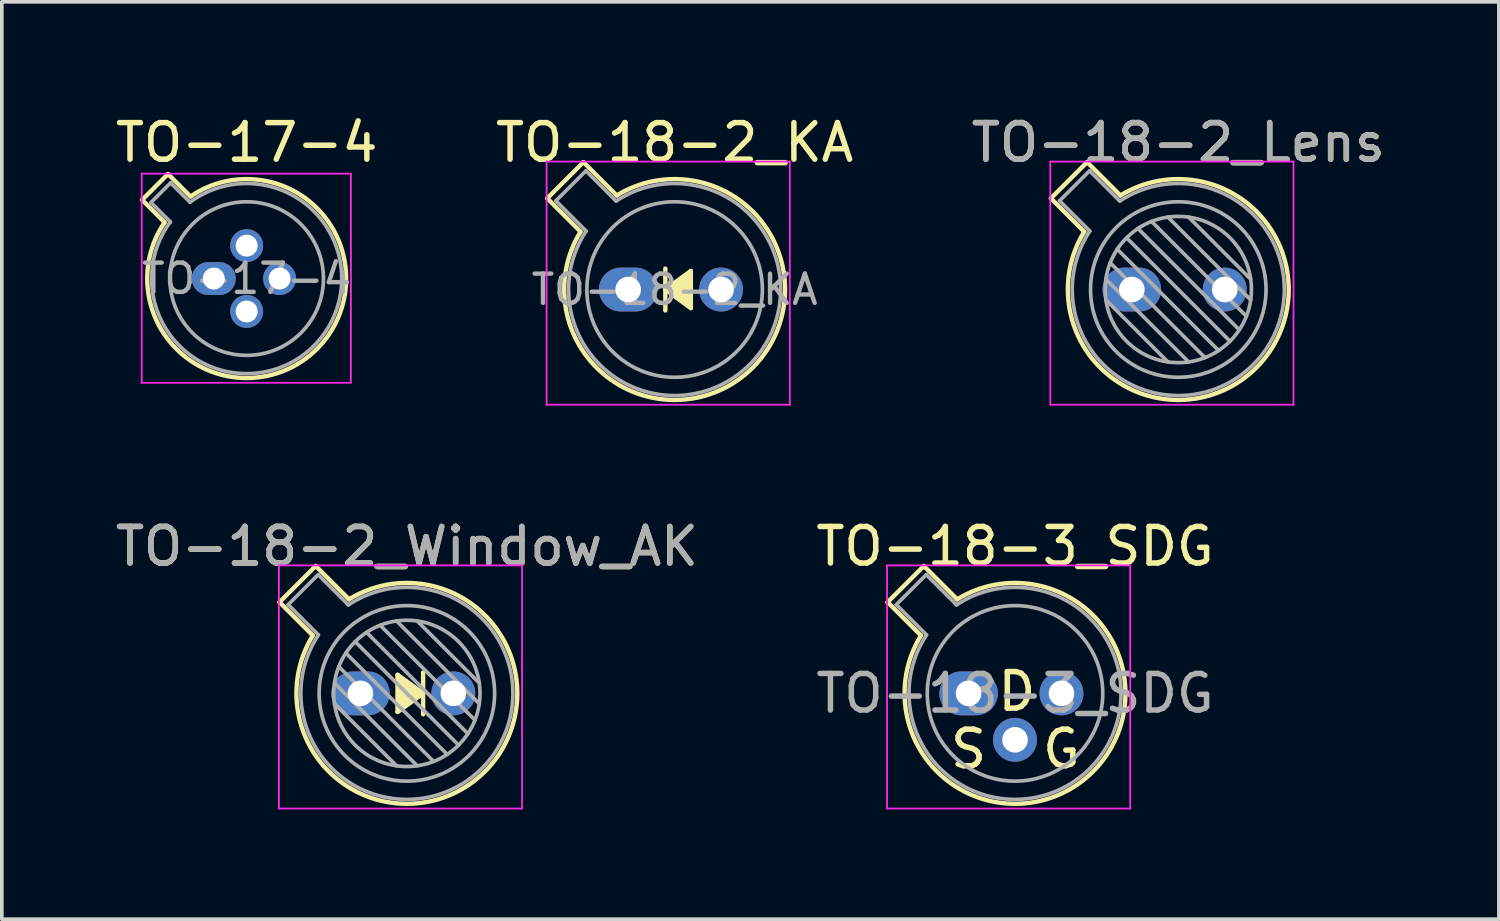
<source format=kicad_pcb>
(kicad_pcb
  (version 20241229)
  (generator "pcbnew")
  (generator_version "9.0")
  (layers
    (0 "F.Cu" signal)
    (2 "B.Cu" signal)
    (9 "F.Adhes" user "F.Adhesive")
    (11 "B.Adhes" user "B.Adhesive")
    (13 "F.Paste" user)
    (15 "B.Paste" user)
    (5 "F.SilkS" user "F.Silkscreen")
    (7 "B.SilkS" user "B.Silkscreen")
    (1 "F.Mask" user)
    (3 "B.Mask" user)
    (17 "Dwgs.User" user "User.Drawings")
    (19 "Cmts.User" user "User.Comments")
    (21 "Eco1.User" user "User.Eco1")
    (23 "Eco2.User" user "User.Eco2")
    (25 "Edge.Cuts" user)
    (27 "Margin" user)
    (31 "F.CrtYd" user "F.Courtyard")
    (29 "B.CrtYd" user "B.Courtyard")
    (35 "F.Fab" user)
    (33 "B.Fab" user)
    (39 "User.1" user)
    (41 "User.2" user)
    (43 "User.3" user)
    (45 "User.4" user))
  (footprint "TO-18-3_SDG"
    (layer "F.Cu")
    (at 23.438 15.912)
    (property "Reference" "TO-18-3_SDG" (at 1.27 -4.02 0) (layer "F.SilkS") (effects (font (size 1 1) (thickness 0.15))))
    (fp_line (start -2.214 -2.494) (end -1.302 -1.582) (stroke (width 0.12) (type solid)) (layer "F.SilkS"))
    (fp_line (start -1.224 -3.484) (end -2.214 -2.494) (stroke (width 0.12) (type solid)) (layer "F.SilkS"))
    (fp_line (start -0.312 -2.572) (end -1.224 -3.484) (stroke (width 0.12) (type solid)) (layer "F.SilkS"))
    (fp_arc (start -0.312331 -2.572281) (mid 3.405374 2.135551) (end -1.30215 -1.582544) (stroke (width 0.12) (type solid)) (layer "F.SilkS"))
    (fp_line (start -2.23 -3.5) (end -2.23 3.15) (stroke (width 0.05) (type solid)) (layer "F.CrtYd"))
    (fp_line (start -2.23 3.15) (end 4.42 3.15) (stroke (width 0.05) (type solid)) (layer "F.CrtYd"))
    (fp_line (start 4.42 -3.5) (end -2.23 -3.5) (stroke (width 0.05) (type solid)) (layer "F.CrtYd"))
    (fp_line (start 4.42 3.15) (end 4.42 -3.5) (stroke (width 0.05) (type solid)) (layer "F.CrtYd"))
    (fp_line (start -1.977 -2.426) (end -1.149 -1.599) (stroke (width 0.1) (type solid)) (layer "F.Fab"))
    (fp_line (start -1.156 -3.247) (end -1.977 -2.426) (stroke (width 0.1) (type solid)) (layer "F.Fab"))
    (fp_line (start -0.329 -2.419) (end -1.156 -3.247) (stroke (width 0.1) (type solid)) (layer "F.Fab"))
    (fp_arc (start -0.329057 -2.419301) (mid 3.321075 2.050145) (end -1.150029 -1.597956) (stroke (width 0.1) (type solid)) (layer "F.Fab"))
    (fp_circle (center 1.27 0) (end 3.67 0) (stroke (width 0.1) (type solid)) (fill no) (layer "F.Fab"))
    (fp_text user "G" (at 2.54 1.524 0) (unlocked yes) (layer "F.SilkS") (effects (font (size 1 1) (thickness 0.15))))
    (fp_text user "D" (at 1.321 -0.051 0) (unlocked yes) (layer "F.SilkS") (effects (font (size 1 1) (thickness 0.15))))
    (fp_text user "S" (at 0 1.524 0) (unlocked yes) (layer "F.SilkS") (effects (font (size 1 1) (thickness 0.15))))
    (fp_text user "${REFERENCE}" (at 1.27 0.000001 0) (layer "F.Fab") (effects (font (size 1 1) (thickness 0.15))))
    (pad "1" thru_hole oval (at 0 0) (size 1.6 1.2) (drill 0.7) (layers "*.Cu" "*.Mask"))
    (pad "2" thru_hole oval (at 1.27 1.27) (size 1.2 1.2) (drill 0.7) (layers "*.Cu" "*.Mask"))
    (pad "3" thru_hole oval (at 2.54 0) (size 1.2 1.2) (drill 0.7) (layers "*.Cu" "*.Mask")))
  (footprint "TO-17-4"
    (layer "F.Cu")
    (at 2.796 4.568)
    (property "Reference" "TO-17-4" (at 0.9 -3.72 0) (layer "F.SilkS") (effects (font (size 1 1) (thickness 0.15))))
    (attr through_hole)
    (fp_line (start -1.959 -2.152) (end -1.344 -1.537) (stroke (width 0.12) (type solid)) (layer "F.SilkS"))
    (fp_line (start -1.252 -2.859) (end -1.959 -2.152) (stroke (width 0.12) (type solid)) (layer "F.SilkS"))
    (fp_line (start -0.637 -2.244) (end -1.252 -2.859) (stroke (width 0.12) (type solid)) (layer "F.SilkS"))
    (fp_arc (start -0.637002 -2.244109) (mid 2.82358 1.923081) (end -1.344508 -1.536419) (stroke (width 0.12) (type solid)) (layer "F.SilkS"))
    (fp_line (start -1.97 -2.87) (end -1.97 2.85) (stroke (width 0.05) (type solid)) (layer "F.CrtYd"))
    (fp_line (start -1.97 2.85) (end 3.75 2.85) (stroke (width 0.05) (type solid)) (layer "F.CrtYd"))
    (fp_line (start 3.75 -2.87) (end -1.97 -2.87) (stroke (width 0.05) (type solid)) (layer "F.CrtYd"))
    (fp_line (start 3.75 2.85) (end 3.75 -2.87) (stroke (width 0.05) (type solid)) (layer "F.CrtYd"))
    (fp_line (start -1.718 -2.08) (end -1.187 -1.55) (stroke (width 0.1) (type solid)) (layer "F.Fab"))
    (fp_line (start -1.18 -2.618) (end -1.718 -2.08) (stroke (width 0.1) (type solid)) (layer "F.Fab"))
    (fp_line (start -0.65 -2.087) (end -1.18 -2.618) (stroke (width 0.1) (type solid)) (layer "F.Fab"))
    (fp_arc (start -0.650035 -2.087436) (mid 2.738346 1.838609) (end -1.187214 -1.550334) (stroke (width 0.1) (type solid)) (layer "F.Fab"))
    (fp_circle (center 0.9 0) (end 3 0) (stroke (width 0.1) (type solid)) (fill no) (layer "F.Fab"))
    (fp_text user "${REFERENCE}" (at 0.9 0 0) (layer "F.Fab") (effects (font (size 0.8 0.8) (thickness 0.12))))
    (pad "1" thru_hole oval (at 0 0) (size 1.2 0.9) (drill 0.6) (layers "*.Cu" "*.Mask"))
    (pad "2" thru_hole oval (at 0.9 0.9) (size 0.9 0.9) (drill 0.6) (layers "*.Cu" "*.Mask"))
    (pad "3" thru_hole oval (at 1.8 0) (size 0.9 0.9) (drill 0.6) (layers "*.Cu" "*.Mask"))
    (pad "4" thru_hole oval (at 0.9 -0.9) (size 0.9 0.9) (drill 0.6) (layers "*.Cu" "*.Mask")))
  (footprint "TO-18-2_Window_AK"
    (layer "F.Cu")
    (at 6.807 15.912)
    (property "Reference" "TO-18-2_Window_AK" (at 1.27 -4.02 0) (layer "F.SilkS") (effects (font (size 1 1) (thickness 0.15))))
    (attr through_hole)
    (fp_line (start -2.214 -2.494) (end -1.302 -1.582) (stroke (width 0.12) (type solid)) (layer "F.SilkS"))
    (fp_line (start -1.224 -3.484) (end -2.214 -2.494) (stroke (width 0.12) (type solid)) (layer "F.SilkS"))
    (fp_line (start -0.312 -2.572) (end -1.224 -3.484) (stroke (width 0.12) (type solid)) (layer "F.SilkS"))
    (fp_line (start 1.016 -0.508) (end 1.714 0) (stroke (width 0.12) (type solid)) (layer "F.SilkS"))
    (fp_line (start 1.016 0.508) (end 1.016 -0.508) (stroke (width 0.12) (type solid)) (layer "F.SilkS"))
    (fp_line (start 1.714 -0.572) (end 1.714 0.572) (stroke (width 0.12) (type solid)) (layer "F.SilkS"))
    (fp_line (start 1.714 0) (end 1.016 0.508) (stroke (width 0.12) (type solid)) (layer "F.SilkS"))
    (fp_arc (start -0.312331 -2.572281) (mid 3.405374 2.135551) (end -1.30215 -1.582544) (stroke (width 0.12) (type solid)) (layer "F.SilkS"))
    (fp_poly (pts (xy 1.714 0) (xy 1.016 0.508) (xy 1.016 -0.508)) (stroke (width 0.1) (type solid)) (fill yes) (layer "F.SilkS"))
    (fp_line (start -2.23 -3.5) (end -2.23 3.15) (stroke (width 0.05) (type solid)) (layer "F.CrtYd"))
    (fp_line (start -2.23 3.15) (end 4.42 3.15) (stroke (width 0.05) (type solid)) (layer "F.CrtYd"))
    (fp_line (start 4.42 -3.5) (end -2.23 -3.5) (stroke (width 0.05) (type solid)) (layer "F.CrtYd"))
    (fp_line (start 4.42 3.15) (end 4.42 -3.5) (stroke (width 0.05) (type solid)) (layer "F.CrtYd"))
    (fp_line (start -1.977 -2.426) (end -1.149 -1.599) (stroke (width 0.1) (type solid)) (layer "F.Fab"))
    (fp_line (start -1.156 -3.247) (end -1.977 -2.426) (stroke (width 0.1) (type solid)) (layer "F.Fab"))
    (fp_line (start -0.71 -0.283) (end 1.553 1.98) (stroke (width 0.1) (type solid)) (layer "F.Fab"))
    (fp_line (start -0.71 0.283) (end 0.987 1.98) (stroke (width 0.1) (type solid)) (layer "F.Fab"))
    (fp_line (start -0.592 -0.731) (end 2.001 1.862) (stroke (width 0.1) (type solid)) (layer "F.Fab"))
    (fp_line (start -0.399 -1.103) (end 2.373 1.669) (stroke (width 0.1) (type solid)) (layer "F.Fab"))
    (fp_line (start -0.329 -2.419) (end -1.156 -3.247) (stroke (width 0.1) (type solid)) (layer "F.Fab"))
    (fp_line (start -0.145 -1.415) (end 2.685 1.415) (stroke (width 0.1) (type solid)) (layer "F.Fab"))
    (fp_line (start 0.167 -1.669) (end 2.939 1.103) (stroke (width 0.1) (type solid)) (layer "F.Fab"))
    (fp_line (start 0.539 -1.862) (end 3.132 0.731) (stroke (width 0.1) (type solid)) (layer "F.Fab"))
    (fp_line (start 0.987 -1.98) (end 3.25 0.283) (stroke (width 0.1) (type solid)) (layer "F.Fab"))
    (fp_line (start 1.553 -1.98) (end 3.25 -0.283) (stroke (width 0.1) (type solid)) (layer "F.Fab"))
    (fp_arc (start -0.329057 -2.419301) (mid 3.321075 2.050145) (end -1.150029 -1.597956) (stroke (width 0.1) (type solid)) (layer "F.Fab"))
    (fp_circle (center 1.27 0) (end 3.27 0) (stroke (width 0.1) (type solid)) (fill no) (layer "F.Fab"))
    (fp_circle (center 1.27 0) (end 3.67 0) (stroke (width 0.1) (type solid)) (fill no) (layer "F.Fab"))
    (fp_text user "${REFERENCE}" (at 1.27 -4.02 0) (layer "F.Fab") (effects (font (size 1 1) (thickness 0.15))))
    (pad "1" thru_hole oval (at 0 0) (size 1.6 1.2) (drill 0.7) (layers "*.Cu" "*.Mask"))
    (pad "2" thru_hole oval (at 2.54 0) (size 1.2 1.2) (drill 0.7) (layers "*.Cu" "*.Mask")))
  (footprint "TO-18-2_KA"
    (layer "F.Cu")
    (at 14.129 4.868)
    (property "Reference" "TO-18-2_KA" (at 1.27 -4.02 0) (layer "F.SilkS") (effects (font (size 1 1) (thickness 0.15))))
    (attr through_hole)
    (fp_line (start -2.214 -2.494) (end -1.302 -1.582) (stroke (width 0.12) (type solid)) (layer "F.SilkS"))
    (fp_line (start -1.224 -3.484) (end -2.214 -2.494) (stroke (width 0.12) (type solid)) (layer "F.SilkS"))
    (fp_line (start -0.312 -2.572) (end -1.224 -3.484) (stroke (width 0.12) (type solid)) (layer "F.SilkS"))
    (fp_line (start 1.016 0) (end 1.714 -0.508) (stroke (width 0.12) (type solid)) (layer "F.SilkS"))
    (fp_line (start 1.016 0.572) (end 1.016 -0.572) (stroke (width 0.12) (type solid)) (layer "F.SilkS"))
    (fp_line (start 1.714 -0.508) (end 1.714 0.508) (stroke (width 0.12) (type solid)) (layer "F.SilkS"))
    (fp_line (start 1.714 0.508) (end 1.016 0) (stroke (width 0.12) (type solid)) (layer "F.SilkS"))
    (fp_arc (start -0.312331 -2.572281) (mid 3.405374 2.135551) (end -1.30215 -1.582544) (stroke (width 0.12) (type solid)) (layer "F.SilkS"))
    (fp_poly (pts (xy 1.016 0) (xy 1.714 -0.508) (xy 1.714 0.508)) (stroke (width 0.1) (type solid)) (fill yes) (layer "F.SilkS"))
    (fp_line (start -2.23 -3.5) (end -2.23 3.15) (stroke (width 0.05) (type solid)) (layer "F.CrtYd"))
    (fp_line (start -2.23 3.15) (end 4.42 3.15) (stroke (width 0.05) (type solid)) (layer "F.CrtYd"))
    (fp_line (start 4.42 -3.5) (end -2.23 -3.5) (stroke (width 0.05) (type solid)) (layer "F.CrtYd"))
    (fp_line (start 4.42 3.15) (end 4.42 -3.5) (stroke (width 0.05) (type solid)) (layer "F.CrtYd"))
    (fp_line (start -1.977 -2.426) (end -1.149 -1.599) (stroke (width 0.1) (type solid)) (layer "F.Fab"))
    (fp_line (start -1.156 -3.247) (end -1.977 -2.426) (stroke (width 0.1) (type solid)) (layer "F.Fab"))
    (fp_line (start -0.329 -2.419) (end -1.156 -3.247) (stroke (width 0.1) (type solid)) (layer "F.Fab"))
    (fp_arc (start -0.329057 -2.419301) (mid 3.321075 2.050145) (end -1.150029 -1.597956) (stroke (width 0.1) (type solid)) (layer "F.Fab"))
    (fp_circle (center 1.27 0) (end 3.67 0) (stroke (width 0.1) (type solid)) (fill no) (layer "F.Fab"))
    (fp_text user "${REFERENCE}" (at 1.27 0 0) (layer "F.Fab") (effects (font (size 0.8 0.8) (thickness 0.12))))
    (pad "1" thru_hole oval (at 0 0) (size 1.6 1.2) (drill 0.7) (layers "*.Cu" "*.Mask"))
    (pad "2" thru_hole oval (at 2.54 0) (size 1.2 1.2) (drill 0.7) (layers "*.Cu" "*.Mask")))
  (footprint "TO-18-2_Lens"
    (layer "F.Cu")
    (at 27.903 4.868)
    (property "Reference" "TO-18-2_Lens" (at 1.27 -4.02 0) (layer "F.SilkS") (effects (font (size 1 1) (thickness 0.15))))
    (attr through_hole)
    (fp_line (start -2.214 -2.494) (end -1.302 -1.582) (stroke (width 0.12) (type solid)) (layer "F.SilkS"))
    (fp_line (start -1.224 -3.484) (end -2.214 -2.494) (stroke (width 0.12) (type solid)) (layer "F.SilkS"))
    (fp_line (start -0.312 -2.572) (end -1.224 -3.484) (stroke (width 0.12) (type solid)) (layer "F.SilkS"))
    (fp_arc (start -0.312331 -2.572281) (mid 3.405374 2.135551) (end -1.30215 -1.582544) (stroke (width 0.12) (type solid)) (layer "F.SilkS"))
    (fp_line (start -2.23 -3.5) (end -2.23 3.15) (stroke (width 0.05) (type solid)) (layer "F.CrtYd"))
    (fp_line (start -2.23 3.15) (end 4.42 3.15) (stroke (width 0.05) (type solid)) (layer "F.CrtYd"))
    (fp_line (start 4.42 -3.5) (end -2.23 -3.5) (stroke (width 0.05) (type solid)) (layer "F.CrtYd"))
    (fp_line (start 4.42 3.15) (end 4.42 -3.5) (stroke (width 0.05) (type solid)) (layer "F.CrtYd"))
    (fp_line (start -1.977 -2.426) (end -1.149 -1.599) (stroke (width 0.1) (type solid)) (layer "F.Fab"))
    (fp_line (start -1.156 -3.247) (end -1.977 -2.426) (stroke (width 0.1) (type solid)) (layer "F.Fab"))
    (fp_line (start -0.71 -0.283) (end 1.553 1.98) (stroke (width 0.1) (type solid)) (layer "F.Fab"))
    (fp_line (start -0.71 0.283) (end 0.987 1.98) (stroke (width 0.1) (type solid)) (layer "F.Fab"))
    (fp_line (start -0.592 -0.731) (end 2.001 1.862) (stroke (width 0.1) (type solid)) (layer "F.Fab"))
    (fp_line (start -0.399 -1.103) (end 2.373 1.669) (stroke (width 0.1) (type solid)) (layer "F.Fab"))
    (fp_line (start -0.329 -2.419) (end -1.156 -3.247) (stroke (width 0.1) (type solid)) (layer "F.Fab"))
    (fp_line (start -0.145 -1.415) (end 2.685 1.415) (stroke (width 0.1) (type solid)) (layer "F.Fab"))
    (fp_line (start 0.167 -1.669) (end 2.939 1.103) (stroke (width 0.1) (type solid)) (layer "F.Fab"))
    (fp_line (start 0.539 -1.862) (end 3.132 0.731) (stroke (width 0.1) (type solid)) (layer "F.Fab"))
    (fp_line (start 0.987 -1.98) (end 3.25 0.283) (stroke (width 0.1) (type solid)) (layer "F.Fab"))
    (fp_line (start 1.553 -1.98) (end 3.25 -0.283) (stroke (width 0.1) (type solid)) (layer "F.Fab"))
    (fp_arc (start -0.329057 -2.419301) (mid 3.321075 2.050145) (end -1.150029 -1.597956) (stroke (width 0.1) (type solid)) (layer "F.Fab"))
    (fp_circle (center 1.27 0) (end 3.27 0) (stroke (width 0.1) (type solid)) (fill no) (layer "F.Fab"))
    (fp_circle (center 1.27 0) (end 3.67 0) (stroke (width 0.1) (type solid)) (fill no) (layer "F.Fab"))
    (fp_text user "${REFERENCE}" (at 1.27 -4.02 0) (layer "F.Fab") (effects (font (size 1 1) (thickness 0.15))))
    (pad "1" thru_hole oval (at 0 0) (size 1.6 1.2) (drill 0.7) (layers "*.Cu" "*.Mask"))
    (pad "2" thru_hole oval (at 2.54 0) (size 1.2 1.2) (drill 0.7) (layers "*.Cu" "*.Mask")))
  (gr_rect
    (start -3 -3)
    (end 37.94 22.087)
    (stroke (width 0.1) (type default))
    (fill no)
    (layer "Edge.Cuts")))
</source>
